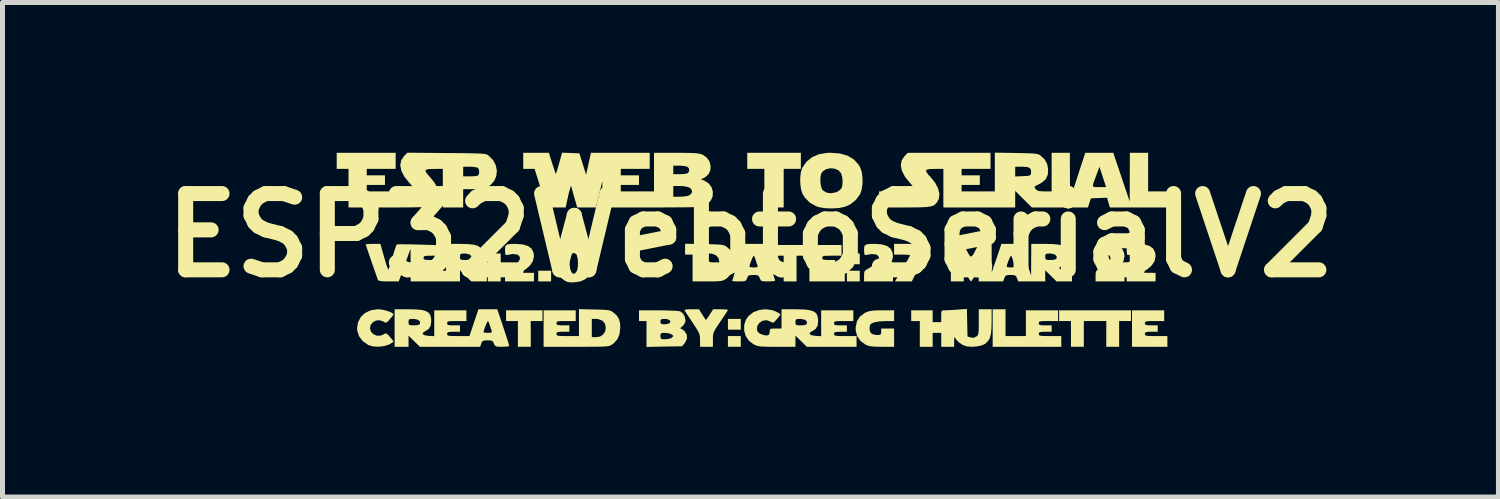
<source format=kicad_pcb>
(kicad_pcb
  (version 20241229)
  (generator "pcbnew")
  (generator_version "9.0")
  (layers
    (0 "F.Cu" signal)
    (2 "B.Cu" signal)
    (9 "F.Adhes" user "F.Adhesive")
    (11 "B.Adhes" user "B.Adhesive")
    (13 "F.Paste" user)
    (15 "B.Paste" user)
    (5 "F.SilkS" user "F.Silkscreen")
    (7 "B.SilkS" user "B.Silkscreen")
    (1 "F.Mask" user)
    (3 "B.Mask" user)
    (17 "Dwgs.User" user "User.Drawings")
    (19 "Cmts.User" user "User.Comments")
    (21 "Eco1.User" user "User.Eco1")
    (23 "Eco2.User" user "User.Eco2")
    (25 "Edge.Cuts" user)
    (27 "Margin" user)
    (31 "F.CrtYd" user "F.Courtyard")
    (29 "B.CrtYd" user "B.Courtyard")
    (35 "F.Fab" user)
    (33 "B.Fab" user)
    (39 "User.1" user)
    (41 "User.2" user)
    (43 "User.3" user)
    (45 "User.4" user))
  (footprint "ESP32WebtoSerialV2"
    (layer "F.Cu")
    (at 11.945 1.652)
    (property "Reference" "ESP32WebtoSerialV2" (at 0 0 0) (layer "F.SilkS") (effects (font (size 1.524 1.524) (thickness 0.3))))
    (attr board_only exclude_from_pos_files exclude_from_bom)
    (fp_poly (pts (xy -4.99 0.578) (xy -5.247 0.578) (xy -5.247 0.364) (xy -4.99 0.364)) (stroke (width 0) (type solid)) (fill yes) (layer "F.SilkS"))
    (fp_poly (pts (xy -4.99 0.921) (xy -5.247 0.921) (xy -5.247 0.707) (xy -4.99 0.707)) (stroke (width 0) (type solid)) (fill yes) (layer "F.SilkS"))
    (fp_poly (pts (xy -3.983 0.921) (xy -4.24 0.921) (xy -4.24 0.707) (xy -3.983 0.707)) (stroke (width 0) (type solid)) (fill yes) (layer "F.SilkS"))
    (fp_poly (pts (xy -0.193 1.885) (xy -0.45 1.885) (xy -0.45 1.67) (xy -0.193 1.67)) (stroke (width 0) (type solid)) (fill yes) (layer "F.SilkS"))
    (fp_poly (pts (xy -0.193 2.227) (xy -0.45 2.227) (xy -0.45 2.013) (xy -0.193 2.013)) (stroke (width 0) (type solid)) (fill yes) (layer "F.SilkS"))
    (fp_poly (pts (xy 2.184 0.578) (xy 1.927 0.578) (xy 1.927 0.364) (xy 2.184 0.364)) (stroke (width 0) (type solid)) (fill yes) (layer "F.SilkS"))
    (fp_poly (pts (xy 2.184 0.921) (xy 1.927 0.921) (xy 1.927 0.707) (xy 2.184 0.707)) (stroke (width 0) (type solid)) (fill yes) (layer "F.SilkS"))
    (fp_poly (pts (xy -4.155 1.713) (xy -4.39 1.713) (xy -4.39 2.227) (xy -4.647 2.227) (xy -4.647 1.713) (xy -4.883 1.713) (xy -4.883 1.499) (xy -4.155 1.499)) (stroke (width 0) (type solid)) (fill yes) (layer "F.SilkS"))
    (fp_poly (pts (xy 1.007 -1.328) (xy 0.664 -1.328) (xy 0.664 -0.557) (xy 0.278 -0.557) (xy 0.278 -1.328) (xy -0.064 -1.328) (xy -0.064 -1.649) (xy 1.007 -1.649)) (stroke (width 0) (type solid)) (fill yes) (layer "F.SilkS"))
    (fp_poly (pts (xy 1.156 0.407) (xy 0.921 0.407) (xy 0.921 0.921) (xy 0.664 0.921) (xy 0.664 0.407) (xy 0.428 0.407) (xy 0.428 0.193) (xy 1.156 0.193)) (stroke (width 0) (type solid)) (fill yes) (layer "F.SilkS"))
    (fp_poly (pts (xy 7.603 1.713) (xy 7.367 1.713) (xy 7.367 2.227) (xy 7.11 2.227) (xy 7.11 1.713) (xy 6.661 1.713) (xy 6.661 2.227) (xy 6.404 2.227) (xy 6.404 1.713) (xy 6.168 1.713) (xy 6.168 1.499) (xy 7.603 1.499)) (stroke (width 0) (type solid)) (fill yes) (layer "F.SilkS"))
    (fp_poly (pts (xy 3.491 0.278) (xy 3.488 0.33) (xy 3.476 0.385) (xy 3.452 0.452) (xy 3.413 0.539) (xy 3.357 0.653) (xy 3.224 0.921) (xy 2.888 0.921) (xy 2.93 0.851) (xy 2.985 0.761) (xy 3.04 0.667) (xy 3.093 0.576) (xy 3.138 0.497) (xy 3.172 0.436) (xy 3.189 0.402) (xy 3.191 0.398) (xy 3.171 0.392) (xy 3.119 0.388) (xy 3.045 0.386) (xy 3.03 0.385) (xy 2.87 0.385) (xy 2.87 0.171) (xy 3.491 0.171)) (stroke (width 0) (type solid)) (fill yes) (layer "F.SilkS"))
    (fp_poly (pts (xy 1.82 0.407) (xy 1.628 0.407) (xy 1.536 0.408) (xy 1.479 0.411) (xy 1.449 0.419) (xy 1.437 0.433) (xy 1.435 0.45) (xy 1.44 0.474) (xy 1.46 0.487) (xy 1.506 0.492) (xy 1.563 0.493) (xy 1.692 0.493) (xy 1.692 0.621) (xy 1.563 0.621) (xy 1.492 0.623) (xy 1.453 0.63) (xy 1.437 0.645) (xy 1.435 0.664) (xy 1.438 0.683) (xy 1.451 0.695) (xy 1.483 0.703) (xy 1.541 0.706) (xy 1.632 0.707) (xy 1.66 0.707) (xy 1.885 0.707) (xy 1.885 0.921) (xy 1.178 0.921) (xy 1.178 0.193) (xy 1.82 0.193)) (stroke (width 0) (type solid)) (fill yes) (layer "F.SilkS"))
    (fp_poly (pts (xy 8.267 1.713) (xy 8.074 1.713) (xy 7.982 1.714) (xy 7.926 1.717) (xy 7.895 1.725) (xy 7.883 1.739) (xy 7.881 1.756) (xy 7.886 1.78) (xy 7.907 1.793) (xy 7.953 1.798) (xy 8.01 1.799) (xy 8.138 1.799) (xy 8.138 1.927) (xy 8.01 1.927) (xy 7.938 1.929) (xy 7.899 1.936) (xy 7.884 1.951) (xy 7.881 1.97) (xy 7.884 1.989) (xy 7.898 2.002) (xy 7.929 2.009) (xy 7.987 2.012) (xy 8.078 2.013) (xy 8.106 2.013) (xy 8.331 2.013) (xy 8.331 2.227) (xy 7.624 2.227) (xy 7.624 1.499) (xy 8.267 1.499)) (stroke (width 0) (type solid)) (fill yes) (layer "F.SilkS"))
    (fp_poly (pts (xy 5.097 2.013) (xy 5.504 2.013) (xy 5.504 1.499) (xy 6.147 1.499) (xy 6.147 1.713) (xy 5.954 1.713) (xy 5.862 1.714) (xy 5.805 1.717) (xy 5.775 1.725) (xy 5.763 1.739) (xy 5.761 1.756) (xy 5.766 1.78) (xy 5.786 1.793) (xy 5.833 1.798) (xy 5.89 1.799) (xy 6.018 1.799) (xy 6.018 1.927) (xy 5.89 1.927) (xy 5.818 1.929) (xy 5.779 1.936) (xy 5.763 1.951) (xy 5.761 1.97) (xy 5.764 1.989) (xy 5.777 2.002) (xy 5.809 2.009) (xy 5.867 2.012) (xy 5.958 2.013) (xy 5.986 2.013) (xy 6.211 2.013) (xy 6.211 2.227) (xy 4.84 2.227) (xy 4.84 1.478) (xy 5.097 1.478)) (stroke (width 0) (type solid)) (fill yes) (layer "F.SilkS"))
    (fp_poly (pts (xy -4.547 0.182) (xy -4.443 0.214) (xy -4.372 0.269) (xy -4.334 0.348) (xy -4.326 0.422) (xy -4.347 0.515) (xy -4.404 0.603) (xy -4.494 0.68) (xy -4.538 0.707) (xy -4.615 0.748) (xy -4.471 0.749) (xy -4.326 0.75) (xy -4.326 0.921) (xy -4.904 0.921) (xy -4.904 0.814) (xy -4.902 0.749) (xy -4.89 0.712) (xy -4.858 0.685) (xy -4.822 0.665) (xy -4.721 0.605) (xy -4.65 0.544) (xy -4.611 0.487) (xy -4.606 0.436) (xy -4.637 0.397) (xy -4.663 0.384) (xy -4.749 0.373) (xy -4.801 0.382) (xy -4.855 0.392) (xy -4.889 0.392) (xy -4.893 0.39) (xy -4.9 0.363) (xy -4.904 0.31) (xy -4.904 0.288) (xy -4.901 0.235) (xy -4.888 0.201) (xy -4.855 0.182) (xy -4.796 0.173) (xy -4.703 0.171) (xy -4.688 0.171)) (stroke (width 0) (type solid)) (fill yes) (layer "F.SilkS"))
    (fp_poly (pts (xy 2.627 0.182) (xy 2.732 0.214) (xy 2.802 0.269) (xy 2.84 0.348) (xy 2.848 0.422) (xy 2.828 0.515) (xy 2.77 0.603) (xy 2.681 0.68) (xy 2.636 0.707) (xy 2.559 0.748) (xy 2.704 0.749) (xy 2.848 0.75) (xy 2.848 0.921) (xy 2.27 0.921) (xy 2.27 0.814) (xy 2.272 0.749) (xy 2.285 0.712) (xy 2.317 0.685) (xy 2.353 0.665) (xy 2.453 0.605) (xy 2.524 0.544) (xy 2.563 0.487) (xy 2.569 0.436) (xy 2.538 0.397) (xy 2.511 0.384) (xy 2.426 0.373) (xy 2.373 0.382) (xy 2.319 0.392) (xy 2.285 0.392) (xy 2.282 0.39) (xy 2.275 0.363) (xy 2.27 0.31) (xy 2.27 0.288) (xy 2.273 0.235) (xy 2.287 0.201) (xy 2.319 0.182) (xy 2.378 0.173) (xy 2.471 0.171) (xy 2.487 0.171)) (stroke (width 0) (type solid)) (fill yes) (layer "F.SilkS"))
    (fp_poly (pts (xy 7.253 0.182) (xy 7.358 0.214) (xy 7.428 0.269) (xy 7.466 0.348) (xy 7.474 0.422) (xy 7.454 0.515) (xy 7.396 0.603) (xy 7.307 0.68) (xy 7.262 0.707) (xy 7.185 0.748) (xy 7.33 0.749) (xy 7.474 0.75) (xy 7.474 0.921) (xy 6.896 0.921) (xy 6.896 0.814) (xy 6.898 0.749) (xy 6.911 0.712) (xy 6.943 0.685) (xy 6.979 0.665) (xy 7.079 0.605) (xy 7.15 0.544) (xy 7.189 0.487) (xy 7.195 0.436) (xy 7.164 0.397) (xy 7.137 0.384) (xy 7.052 0.373) (xy 6.999 0.382) (xy 6.945 0.392) (xy 6.911 0.392) (xy 6.908 0.39) (xy 6.901 0.363) (xy 6.896 0.31) (xy 6.896 0.288) (xy 6.899 0.235) (xy 6.913 0.201) (xy 6.945 0.182) (xy 7.004 0.173) (xy 7.097 0.171) (xy 7.113 0.171)) (stroke (width 0) (type solid)) (fill yes) (layer "F.SilkS"))
    (fp_poly (pts (xy 7.874 0.182) (xy 7.979 0.214) (xy 8.05 0.269) (xy 8.087 0.348) (xy 8.095 0.422) (xy 8.075 0.515) (xy 8.017 0.603) (xy 7.928 0.68) (xy 7.883 0.707) (xy 7.806 0.748) (xy 7.951 0.749) (xy 8.095 0.75) (xy 8.095 0.921) (xy 7.517 0.921) (xy 7.517 0.814) (xy 7.519 0.749) (xy 7.532 0.712) (xy 7.564 0.685) (xy 7.6 0.665) (xy 7.7 0.605) (xy 7.771 0.544) (xy 7.811 0.487) (xy 7.816 0.436) (xy 7.785 0.397) (xy 7.759 0.384) (xy 7.673 0.373) (xy 7.62 0.382) (xy 7.566 0.392) (xy 7.532 0.392) (xy 7.529 0.39) (xy 7.522 0.363) (xy 7.518 0.31) (xy 7.517 0.288) (xy 7.52 0.235) (xy 7.534 0.201) (xy 7.566 0.182) (xy 7.625 0.173) (xy 7.718 0.171) (xy 7.734 0.171)) (stroke (width 0) (type solid)) (fill yes) (layer "F.SilkS"))
    (fp_poly (pts (xy 2.87 1.713) (xy 2.714 1.713) (xy 2.588 1.719) (xy 2.488 1.735) (xy 2.42 1.76) (xy 2.395 1.783) (xy 2.379 1.84) (xy 2.384 1.906) (xy 2.41 1.958) (xy 2.411 1.958) (xy 2.456 1.981) (xy 2.521 1.992) (xy 2.529 1.992) (xy 2.583 1.989) (xy 2.607 1.975) (xy 2.613 1.939) (xy 2.613 1.927) (xy 2.613 1.863) (xy 2.87 1.863) (xy 2.87 2.227) (xy 2.629 2.227) (xy 2.516 2.226) (xy 2.434 2.221) (xy 2.374 2.211) (xy 2.324 2.195) (xy 2.296 2.182) (xy 2.199 2.111) (xy 2.133 2.015) (xy 2.103 1.9) (xy 2.103 1.834) (xy 2.129 1.714) (xy 2.188 1.622) (xy 2.281 1.553) (xy 2.298 1.544) (xy 2.349 1.523) (xy 2.403 1.51) (xy 2.474 1.502) (xy 2.571 1.499) (xy 2.63 1.499) (xy 2.87 1.499)) (stroke (width 0) (type solid)) (fill yes) (layer "F.SilkS"))
    (fp_poly (pts (xy -0.922 0.175) (xy -0.783 0.178) (xy -0.68 0.182) (xy -0.607 0.186) (xy -0.555 0.193) (xy -0.52 0.203) (xy -0.493 0.217) (xy -0.479 0.226) (xy -0.402 0.295) (xy -0.356 0.367) (xy -0.335 0.456) (xy -0.332 0.532) (xy -0.345 0.662) (xy -0.384 0.764) (xy -0.455 0.845) (xy -0.492 0.873) (xy -0.524 0.892) (xy -0.558 0.905) (xy -0.603 0.914) (xy -0.667 0.919) (xy -0.758 0.921) (xy -0.86 0.921) (xy -1.156 0.921) (xy -1.156 0.728) (xy -0.899 0.728) (xy -0.813 0.728) (xy -0.735 0.717) (xy -0.676 0.678) (xy -0.674 0.676) (xy -0.633 0.615) (xy -0.621 0.538) (xy -0.639 0.455) (xy -0.69 0.397) (xy -0.771 0.367) (xy -0.817 0.364) (xy -0.899 0.364) (xy -0.899 0.728) (xy -1.156 0.728) (xy -1.156 0.385) (xy -1.306 0.385) (xy -1.306 0.169)) (stroke (width 0) (type solid)) (fill yes) (layer "F.SilkS"))
    (fp_poly (pts (xy -0.962 1.585) (xy -0.925 1.642) (xy -0.899 1.681) (xy -0.889 1.692) (xy -0.875 1.675) (xy -0.845 1.633) (xy -0.814 1.585) (xy -0.745 1.478) (xy -0.597 1.478) (xy -0.524 1.479) (xy -0.471 1.484) (xy -0.45 1.49) (xy -0.45 1.49) (xy -0.461 1.512) (xy -0.492 1.561) (xy -0.539 1.631) (xy -0.596 1.715) (xy -0.6 1.721) (xy -0.662 1.813) (xy -0.704 1.879) (xy -0.73 1.929) (xy -0.744 1.973) (xy -0.749 2.02) (xy -0.75 2.08) (xy -0.75 2.227) (xy -1.007 2.227) (xy -1.007 2.098) (xy -1.008 2.042) (xy -1.014 1.996) (xy -1.029 1.951) (xy -1.058 1.897) (xy -1.104 1.824) (xy -1.153 1.75) (xy -1.21 1.663) (xy -1.26 1.588) (xy -1.296 1.533) (xy -1.314 1.505) (xy -1.315 1.505) (xy -1.313 1.49) (xy -1.282 1.482) (xy -1.217 1.478) (xy -1.179 1.478) (xy -1.028 1.478)) (stroke (width 0) (type solid)) (fill yes) (layer "F.SilkS"))
    (fp_poly (pts (xy -3.407 0.188) (xy -3.303 0.237) (xy -3.228 0.317) (xy -3.184 0.427) (xy -3.17 0.555) (xy -3.183 0.694) (xy -3.224 0.799) (xy -3.293 0.874) (xy -3.393 0.92) (xy -3.512 0.938) (xy -3.595 0.94) (xy -3.652 0.933) (xy -3.699 0.912) (xy -3.725 0.896) (xy -3.802 0.835) (xy -3.851 0.772) (xy -3.877 0.696) (xy -3.887 0.593) (xy -3.887 0.579) (xy -3.614 0.579) (xy -3.614 0.582) (xy -3.601 0.673) (xy -3.576 0.738) (xy -3.543 0.769) (xy -3.533 0.771) (xy -3.505 0.757) (xy -3.482 0.737) (xy -3.461 0.693) (xy -3.449 0.622) (xy -3.446 0.539) (xy -3.453 0.46) (xy -3.469 0.398) (xy -3.483 0.375) (xy -3.526 0.351) (xy -3.564 0.364) (xy -3.594 0.409) (xy -3.611 0.483) (xy -3.614 0.579) (xy -3.887 0.579) (xy -3.887 0.557) (xy -3.885 0.463) (xy -3.876 0.4) (xy -3.859 0.354) (xy -3.842 0.328) (xy -3.754 0.238) (xy -3.651 0.186) (xy -3.539 0.171)) (stroke (width 0) (type solid)) (fill yes) (layer "F.SilkS"))
    (fp_poly (pts (xy -7.367 1.484) (xy -7.289 1.501) (xy -7.217 1.524) (xy -7.161 1.55) (xy -7.134 1.575) (xy -7.133 1.581) (xy -7.146 1.604) (xy -7.18 1.647) (xy -7.206 1.677) (xy -7.249 1.725) (xy -7.278 1.745) (xy -7.304 1.741) (xy -7.334 1.723) (xy -7.406 1.697) (xy -7.481 1.703) (xy -7.545 1.737) (xy -7.59 1.793) (xy -7.603 1.853) (xy -7.584 1.923) (xy -7.536 1.975) (xy -7.468 2.005) (xy -7.394 2.006) (xy -7.334 1.982) (xy -7.3 1.962) (xy -7.274 1.962) (xy -7.245 1.985) (xy -7.206 2.028) (xy -7.164 2.077) (xy -7.138 2.113) (xy -7.133 2.124) (xy -7.15 2.14) (xy -7.194 2.167) (xy -7.224 2.183) (xy -7.319 2.213) (xy -7.429 2.226) (xy -7.537 2.221) (xy -7.626 2.196) (xy -7.635 2.192) (xy -7.747 2.113) (xy -7.821 2.016) (xy -7.857 1.903) (xy -7.86 1.855) (xy -7.84 1.734) (xy -7.785 1.631) (xy -7.7 1.551) (xy -7.588 1.499) (xy -7.455 1.478) (xy -7.439 1.478)) (stroke (width 0) (type solid)) (fill yes) (layer "F.SilkS"))
    (fp_poly (pts (xy 4.331 1.746) (xy 4.337 2.02) (xy 4.396 2.04) (xy 4.458 2.048) (xy 4.509 2.025) (xy 4.531 2.009) (xy 4.546 1.989) (xy 4.555 1.957) (xy 4.56 1.905) (xy 4.562 1.825) (xy 4.562 1.734) (xy 4.562 1.478) (xy 4.819 1.478) (xy 4.819 1.729) (xy 4.815 1.869) (xy 4.804 1.974) (xy 4.783 2.052) (xy 4.748 2.112) (xy 4.699 2.16) (xy 4.686 2.17) (xy 4.621 2.2) (xy 4.529 2.22) (xy 4.426 2.227) (xy 4.328 2.22) (xy 4.317 2.218) (xy 4.241 2.19) (xy 4.166 2.14) (xy 4.109 2.08) (xy 4.09 2.047) (xy 4.079 2.032) (xy 4.073 2.053) (xy 4.071 2.113) (xy 4.07 2.115) (xy 4.069 2.227) (xy 3.812 2.227) (xy 3.812 1.949) (xy 3.641 1.949) (xy 3.641 2.227) (xy 3.384 2.227) (xy 3.384 1.713) (xy 3.212 1.713) (xy 3.212 1.499) (xy 3.641 1.499) (xy 3.641 1.735) (xy 3.812 1.735) (xy 3.812 1.617) (xy 3.813 1.55) (xy 3.82 1.515) (xy 3.839 1.501) (xy 3.873 1.499) (xy 3.922 1.498) (xy 3.999 1.494) (xy 4.092 1.488) (xy 4.129 1.485) (xy 4.325 1.471)) (stroke (width 0) (type solid)) (fill yes) (layer "F.SilkS"))
    (fp_poly (pts (xy 1.788 -1.635) (xy 1.941 -1.591) (xy 2.065 -1.517) (xy 2.16 -1.413) (xy 2.19 -1.363) (xy 2.223 -1.269) (xy 2.239 -1.152) (xy 2.239 -1.027) (xy 2.222 -0.911) (xy 2.191 -0.823) (xy 2.105 -0.705) (xy 1.991 -0.616) (xy 1.881 -0.568) (xy 1.764 -0.545) (xy 1.63 -0.537) (xy 1.495 -0.542) (xy 1.375 -0.561) (xy 1.319 -0.578) (xy 1.189 -0.65) (xy 1.088 -0.753) (xy 1.042 -0.825) (xy 1.013 -0.908) (xy 0.997 -1.017) (xy 0.995 -1.096) (xy 1.396 -1.096) (xy 1.404 -1.01) (xy 1.423 -0.938) (xy 1.444 -0.901) (xy 1.514 -0.855) (xy 1.603 -0.84) (xy 1.703 -0.858) (xy 1.723 -0.866) (xy 1.778 -0.898) (xy 1.816 -0.935) (xy 1.819 -0.939) (xy 1.837 -1.003) (xy 1.841 -1.088) (xy 1.831 -1.175) (xy 1.81 -1.242) (xy 1.758 -1.3) (xy 1.684 -1.332) (xy 1.6 -1.34) (xy 1.517 -1.323) (xy 1.449 -1.282) (xy 1.418 -1.241) (xy 1.4 -1.179) (xy 1.396 -1.096) (xy 0.995 -1.096) (xy 0.994 -1.134) (xy 1.004 -1.245) (xy 1.029 -1.334) (xy 1.036 -1.349) (xy 1.122 -1.472) (xy 1.232 -1.562) (xy 1.368 -1.62) (xy 1.532 -1.647) (xy 1.603 -1.649)) (stroke (width 0) (type solid)) (fill yes) (layer "F.SilkS"))
    (fp_poly (pts (xy 0.373 0.53) (xy 0.412 0.647) (xy 0.445 0.75) (xy 0.471 0.832) (xy 0.488 0.886) (xy 0.493 0.905) (xy 0.473 0.913) (xy 0.422 0.919) (xy 0.352 0.921) (xy 0.276 0.92) (xy 0.231 0.914) (xy 0.207 0.898) (xy 0.191 0.869) (xy 0.186 0.857) (xy 0.168 0.818) (xy 0.141 0.799) (xy 0.092 0.793) (xy 0.058 0.792) (xy -0.005 0.795) (xy -0.04 0.807) (xy -0.059 0.835) (xy -0.067 0.857) (xy -0.082 0.891) (xy -0.102 0.911) (xy -0.139 0.919) (xy -0.205 0.921) (xy -0.227 0.921) (xy -0.297 0.92) (xy -0.347 0.916) (xy -0.364 0.911) (xy -0.358 0.889) (xy -0.34 0.832) (xy -0.314 0.748) (xy -0.28 0.643) (xy -0.275 0.626) (xy -0.022 0.626) (xy -0.002 0.636) (xy 0.045 0.642) (xy 0.067 0.642) (xy 0.123 0.639) (xy 0.144 0.626) (xy 0.143 0.613) (xy 0.13 0.574) (xy 0.111 0.514) (xy 0.105 0.495) (xy 0.086 0.441) (xy 0.07 0.41) (xy 0.065 0.407) (xy 0.052 0.425) (xy 0.031 0.47) (xy 0.008 0.527) (xy -0.011 0.582) (xy -0.021 0.621) (xy -0.022 0.626) (xy -0.275 0.626) (xy -0.245 0.536) (xy -0.127 0.171) (xy 0.253 0.171)) (stroke (width 0) (type solid)) (fill yes) (layer "F.SilkS"))
    (fp_poly (pts (xy -1.715 1.5) (xy -1.599 1.504) (xy -1.502 1.508) (xy -1.433 1.515) (xy -1.403 1.52) (xy -1.349 1.561) (xy -1.312 1.626) (xy -1.298 1.699) (xy -1.305 1.742) (xy -1.338 1.795) (xy -1.374 1.829) (xy -1.401 1.853) (xy -1.396 1.863) (xy -1.396 1.863) (xy -1.363 1.877) (xy -1.32 1.912) (xy -1.316 1.916) (xy -1.272 1.986) (xy -1.268 2.064) (xy -1.304 2.142) (xy -1.315 2.157) (xy -1.367 2.217) (xy -1.722 2.223) (xy -2.077 2.23) (xy -2.077 2.013) (xy -1.799 2.013) (xy -1.796 2.053) (xy -1.779 2.072) (xy -1.736 2.077) (xy -1.707 2.077) (xy -1.639 2.07) (xy -1.583 2.052) (xy -1.573 2.045) (xy -1.544 2.02) (xy -1.549 2) (xy -1.573 1.981) (xy -1.62 1.961) (xy -1.687 1.95) (xy -1.707 1.949) (xy -1.764 1.951) (xy -1.791 1.963) (xy -1.799 1.992) (xy -1.799 2.013) (xy -2.077 2.013) (xy -2.077 1.724) (xy -1.799 1.724) (xy -1.794 1.759) (xy -1.771 1.774) (xy -1.719 1.778) (xy -1.716 1.778) (xy -1.656 1.771) (xy -1.614 1.754) (xy -1.609 1.749) (xy -1.599 1.714) (xy -1.625 1.687) (xy -1.683 1.672) (xy -1.718 1.67) (xy -1.771 1.674) (xy -1.794 1.689) (xy -1.799 1.724) (xy -2.077 1.724) (xy -2.077 1.713) (xy -2.227 1.713) (xy -2.227 1.499) (xy -1.843 1.499)) (stroke (width 0) (type solid)) (fill yes) (layer "F.SilkS"))
    (fp_poly (pts (xy -3.118 1.482) (xy -2.993 1.485) (xy -2.904 1.489) (xy -2.842 1.496) (xy -2.799 1.506) (xy -2.768 1.52) (xy -2.749 1.533) (xy -2.672 1.601) (xy -2.626 1.673) (xy -2.605 1.762) (xy -2.602 1.838) (xy -2.615 1.969) (xy -2.655 2.071) (xy -2.725 2.152) (xy -2.762 2.179) (xy -2.783 2.193) (xy -2.806 2.204) (xy -2.834 2.212) (xy -2.873 2.218) (xy -2.929 2.222) (xy -3.005 2.225) (xy -3.108 2.226) (xy -3.241 2.227) (xy -3.411 2.227) (xy -3.483 2.227) (xy -4.133 2.227) (xy -4.133 2.035) (xy -3.17 2.035) (xy -3.083 2.035) (xy -3.005 2.023) (xy -2.946 1.984) (xy -2.944 1.982) (xy -2.903 1.921) (xy -2.891 1.844) (xy -2.909 1.762) (xy -2.96 1.704) (xy -3.041 1.674) (xy -3.087 1.67) (xy -3.17 1.67) (xy -3.17 2.035) (xy -4.133 2.035) (xy -4.133 1.499) (xy -3.491 1.499) (xy -3.491 1.713) (xy -3.684 1.713) (xy -3.775 1.714) (xy -3.832 1.717) (xy -3.863 1.725) (xy -3.875 1.739) (xy -3.876 1.756) (xy -3.872 1.78) (xy -3.851 1.793) (xy -3.805 1.798) (xy -3.748 1.799) (xy -3.619 1.799) (xy -3.619 1.927) (xy -3.748 1.927) (xy -3.82 1.929) (xy -3.858 1.936) (xy -3.874 1.951) (xy -3.876 1.97) (xy -3.874 1.989) (xy -3.86 2.002) (xy -3.828 2.009) (xy -3.771 2.012) (xy -3.68 2.013) (xy -3.652 2.013) (xy -3.427 2.013) (xy -3.427 1.475)) (stroke (width 0) (type solid)) (fill yes) (layer "F.SilkS"))
    (fp_poly (pts (xy -6.074 -1.644) (xy -5.87 -1.643) (xy -5.705 -1.641) (xy -5.573 -1.639) (xy -5.471 -1.636) (xy -5.395 -1.633) (xy -5.339 -1.629) (xy -5.299 -1.623) (xy -5.271 -1.615) (xy -5.251 -1.606) (xy -5.234 -1.595) (xy -5.234 -1.594) (xy -5.145 -1.505) (xy -5.089 -1.402) (xy -5.067 -1.293) (xy -5.078 -1.185) (xy -5.121 -1.086) (xy -5.196 -1.003) (xy -5.284 -0.95) (xy -5.345 -0.935) (xy -5.438 -0.924) (xy -5.546 -0.921) (xy -5.74 -0.921) (xy -5.74 -0.557) (xy -6.147 -0.557) (xy -6.147 -1.178) (xy -5.74 -1.178) (xy -5.613 -1.178) (xy -5.538 -1.18) (xy -5.478 -1.185) (xy -5.452 -1.191) (xy -5.427 -1.22) (xy -5.419 -1.27) (xy -5.429 -1.321) (xy -5.444 -1.345) (xy -5.479 -1.359) (xy -5.543 -1.368) (xy -5.605 -1.371) (xy -5.74 -1.371) (xy -5.74 -1.178) (xy -6.147 -1.178) (xy -6.147 -1.328) (xy -6.302 -1.327) (xy -6.405 -1.325) (xy -6.468 -1.316) (xy -6.493 -1.296) (xy -6.484 -1.261) (xy -6.442 -1.207) (xy -6.407 -1.169) (xy -6.312 -1.051) (xy -6.251 -0.935) (xy -6.226 -0.826) (xy -6.237 -0.729) (xy -6.269 -0.667) (xy -6.29 -0.64) (xy -6.312 -0.618) (xy -6.338 -0.6) (xy -6.374 -0.586) (xy -6.423 -0.575) (xy -6.489 -0.568) (xy -6.577 -0.563) (xy -6.691 -0.56) (xy -6.836 -0.558) (xy -7.015 -0.557) (xy -7.223 -0.557) (xy -8.031 -0.557) (xy -8.031 -1.328) (xy -8.267 -1.328) (xy -8.267 -1.649) (xy -7.089 -1.649) (xy -7.089 -1.328) (xy -7.667 -1.328) (xy -7.667 -1.199) (xy -7.303 -1.199) (xy -7.303 -1.007) (xy -7.667 -1.007) (xy -7.667 -0.878) (xy -7.212 -0.878) (xy -7.075 -0.879) (xy -6.952 -0.882) (xy -6.849 -0.886) (xy -6.773 -0.891) (xy -6.731 -0.896) (xy -6.726 -0.898) (xy -6.717 -0.914) (xy -6.728 -0.943) (xy -6.764 -0.99) (xy -6.815 -1.047) (xy -6.916 -1.173) (xy -6.977 -1.292) (xy -6.997 -1.402) (xy -6.978 -1.501) (xy -6.918 -1.588) (xy -6.917 -1.589) (xy -6.855 -1.651)) (stroke (width 0) (type solid)) (fill yes) (layer "F.SilkS"))
    (fp_poly (pts (xy 4.82 0.455) (xy 4.822 0.739) (xy 4.86 0.626) (xy 5.118 0.626) (xy 5.138 0.636) (xy 5.185 0.642) (xy 5.207 0.642) (xy 5.263 0.639) (xy 5.284 0.626) (xy 5.283 0.613) (xy 5.27 0.574) (xy 5.251 0.514) (xy 5.245 0.495) (xy 5.226 0.441) (xy 5.21 0.41) (xy 5.205 0.407) (xy 5.192 0.425) (xy 5.171 0.47) (xy 5.148 0.527) (xy 5.129 0.582) (xy 5.119 0.621) (xy 5.118 0.626) (xy 4.86 0.626) (xy 4.919 0.455) (xy 5.015 0.171) (xy 5.393 0.171) (xy 5.501 0.487) (xy 5.608 0.803) (xy 5.609 0.487) (xy 5.61 0.428) (xy 5.89 0.428) (xy 5.892 0.466) (xy 5.906 0.485) (xy 5.943 0.492) (xy 5.997 0.493) (xy 6.071 0.488) (xy 6.11 0.471) (xy 6.117 0.46) (xy 6.117 0.415) (xy 6.08 0.382) (xy 6.011 0.365) (xy 5.983 0.364) (xy 5.925 0.366) (xy 5.898 0.377) (xy 5.89 0.406) (xy 5.89 0.428) (xy 5.61 0.428) (xy 5.611 0.171) (xy 5.891 0.171) (xy 6.043 0.175) (xy 6.158 0.186) (xy 6.241 0.208) (xy 6.295 0.244) (xy 6.327 0.295) (xy 6.341 0.365) (xy 6.343 0.405) (xy 6.332 0.499) (xy 6.292 0.564) (xy 6.232 0.603) (xy 6.181 0.634) (xy 6.171 0.663) (xy 6.2 0.685) (xy 6.267 0.7) (xy 6.302 0.702) (xy 6.425 0.709) (xy 6.425 0.921) (xy 6.116 0.921) (xy 5.89 0.698) (xy 5.89 0.921) (xy 5.35 0.921) (xy 5.326 0.857) (xy 5.308 0.818) (xy 5.281 0.799) (xy 5.232 0.793) (xy 5.198 0.792) (xy 5.135 0.795) (xy 5.1 0.807) (xy 5.081 0.835) (xy 5.073 0.857) (xy 5.05 0.921) (xy 4.562 0.921) (xy 4.56 0.787) (xy 4.559 0.653) (xy 4.492 0.787) (xy 4.456 0.853) (xy 4.426 0.901) (xy 4.408 0.921) (xy 4.408 0.921) (xy 4.39 0.903) (xy 4.36 0.857) (xy 4.328 0.798) (xy 4.264 0.675) (xy 4.262 0.921) (xy 4.005 0.921) (xy 4.005 0.171) (xy 4.128 0.172) (xy 4.251 0.172) (xy 4.326 0.312) (xy 4.364 0.381) (xy 4.392 0.419) (xy 4.417 0.423) (xy 4.445 0.393) (xy 4.482 0.327) (xy 4.51 0.273) (xy 4.562 0.171) (xy 4.819 0.171)) (stroke (width 0) (type solid)) (fill yes) (layer "F.SilkS"))
    (fp_poly (pts (xy -3.591 -1.645) (xy -3.418 -1.638) (xy -3.351 -1.424) (xy -3.284 -1.21) (xy -3.259 -1.322) (xy -3.239 -1.414) (xy -3.218 -1.51) (xy -3.211 -1.542) (xy -3.188 -1.649) (xy -2.013 -1.649) (xy -2.013 -1.328) (xy -2.591 -1.328) (xy -2.591 -1.199) (xy -2.227 -1.199) (xy -2.227 -1.007) (xy -2.591 -1.007) (xy -2.591 -0.878) (xy -1.927 -0.878) (xy -1.927 -0.985) (xy -1.542 -0.985) (xy -1.542 -0.771) (xy -1.408 -0.771) (xy -1.327 -0.776) (xy -1.257 -0.787) (xy -1.221 -0.799) (xy -1.176 -0.841) (xy -1.167 -0.878) (xy -1.185 -0.929) (xy -1.24 -0.964) (xy -1.334 -0.982) (xy -1.408 -0.985) (xy -1.542 -0.985) (xy -1.927 -0.985) (xy -1.927 -1.221) (xy -1.542 -1.221) (xy -1.407 -1.221) (xy -1.33 -1.225) (xy -1.271 -1.235) (xy -1.246 -1.246) (xy -1.222 -1.295) (xy -1.234 -1.344) (xy -1.262 -1.37) (xy -1.306 -1.382) (xy -1.375 -1.39) (xy -1.423 -1.392) (xy -1.542 -1.392) (xy -1.542 -1.221) (xy -1.927 -1.221) (xy -1.927 -1.649) (xy -1.483 -1.649) (xy -1.329 -1.648) (xy -1.212 -1.646) (xy -1.124 -1.643) (xy -1.06 -1.637) (xy -1.012 -1.629) (xy -0.974 -1.618) (xy -0.951 -1.608) (xy -0.872 -1.553) (xy -0.82 -1.477) (xy -0.796 -1.391) (xy -0.801 -1.303) (xy -0.836 -1.224) (xy -0.901 -1.163) (xy -0.921 -1.152) (xy -0.988 -1.12) (xy -0.922 -1.093) (xy -0.834 -1.037) (xy -0.777 -0.96) (xy -0.751 -0.872) (xy -0.755 -0.781) (xy -0.79 -0.697) (xy -0.857 -0.627) (xy -0.906 -0.598) (xy -0.93 -0.589) (xy -0.956 -0.581) (xy -0.99 -0.574) (xy -1.035 -0.569) (xy -1.096 -0.565) (xy -1.176 -0.562) (xy -1.279 -0.56) (xy -1.409 -0.559) (xy -1.57 -0.558) (xy -1.767 -0.557) (xy -1.976 -0.557) (xy -2.955 -0.557) (xy -2.958 -0.819) (xy -2.96 -1.082) (xy -3.024 -0.819) (xy -3.087 -0.557) (xy -3.462 -0.557) (xy -3.524 -0.775) (xy -3.586 -0.994) (xy -3.611 -0.909) (xy -3.63 -0.841) (xy -3.65 -0.753) (xy -3.664 -0.691) (xy -3.692 -0.557) (xy -4.068 -0.557) (xy -4.191 -0.942) (xy -4.314 -1.328) (xy -4.54 -1.328) (xy -4.54 -1.649) (xy -4.028 -1.649) (xy -3.962 -1.44) (xy -3.933 -1.353) (xy -3.91 -1.282) (xy -3.894 -1.238) (xy -3.889 -1.226) (xy -3.882 -1.243) (xy -3.865 -1.293) (xy -3.843 -1.368) (xy -3.824 -1.436) (xy -3.764 -1.651)) (stroke (width 0) (type solid)) (fill yes) (layer "F.SilkS"))
    (fp_poly (pts (xy 0.437 1.496) (xy 0.507 1.522) (xy 0.561 1.551) (xy 0.594 1.574) (xy 0.599 1.581) (xy 0.585 1.604) (xy 0.552 1.647) (xy 0.526 1.677) (xy 0.482 1.725) (xy 0.454 1.745) (xy 0.428 1.741) (xy 0.398 1.723) (xy 0.324 1.696) (xy 0.249 1.705) (xy 0.184 1.742) (xy 0.141 1.803) (xy 0.128 1.865) (xy 0.141 1.923) (xy 0.184 1.963) (xy 0.256 1.991) (xy 0.328 2.003) (xy 0.37 1.985) (xy 0.385 1.936) (xy 0.385 1.925) (xy 0.388 1.89) (xy 0.401 1.871) (xy 0.437 1.864) (xy 0.503 1.863) (xy 0.621 1.863) (xy 0.621 1.735) (xy 0.899 1.735) (xy 0.902 1.773) (xy 0.916 1.792) (xy 0.953 1.798) (xy 1.007 1.799) (xy 1.081 1.794) (xy 1.12 1.778) (xy 1.127 1.767) (xy 1.127 1.721) (xy 1.09 1.688) (xy 1.021 1.672) (xy 0.993 1.67) (xy 0.935 1.672) (xy 0.908 1.684) (xy 0.9 1.713) (xy 0.899 1.735) (xy 0.621 1.735) (xy 0.621 1.478) (xy 0.901 1.478) (xy 1.053 1.481) (xy 1.168 1.492) (xy 1.251 1.515) (xy 1.305 1.55) (xy 1.337 1.601) (xy 1.351 1.671) (xy 1.353 1.711) (xy 1.342 1.805) (xy 1.302 1.871) (xy 1.242 1.91) (xy 1.191 1.941) (xy 1.182 1.97) (xy 1.211 1.993) (xy 1.278 2.007) (xy 1.301 2.009) (xy 1.413 2.015) (xy 1.413 1.499) (xy 2.056 1.499) (xy 2.056 1.713) (xy 1.863 1.713) (xy 1.772 1.714) (xy 1.715 1.717) (xy 1.684 1.725) (xy 1.672 1.739) (xy 1.67 1.756) (xy 1.675 1.78) (xy 1.696 1.793) (xy 1.742 1.798) (xy 1.799 1.799) (xy 1.927 1.799) (xy 1.927 1.927) (xy 1.799 1.927) (xy 1.727 1.929) (xy 1.688 1.936) (xy 1.673 1.951) (xy 1.67 1.97) (xy 1.673 1.989) (xy 1.687 2.002) (xy 1.719 2.009) (xy 1.776 2.012) (xy 1.867 2.013) (xy 1.895 2.013) (xy 2.12 2.013) (xy 2.12 2.227) (xy 1.126 2.227) (xy 1.013 2.116) (xy 0.899 2.004) (xy 0.899 2.227) (xy 0.528 2.227) (xy 0.392 2.227) (xy 0.291 2.225) (xy 0.218 2.222) (xy 0.164 2.215) (xy 0.123 2.205) (xy 0.087 2.19) (xy 0.062 2.178) (xy -0.031 2.107) (xy -0.094 2.013) (xy -0.126 1.905) (xy -0.125 1.793) (xy -0.09 1.685) (xy -0.036 1.61) (xy 0.061 1.535) (xy 0.179 1.491) (xy 0.308 1.477)) (stroke (width 0) (type solid)) (fill yes) (layer "F.SilkS"))
    (fp_poly (pts (xy -6.678 1.481) (xy -6.563 1.492) (xy -6.481 1.515) (xy -6.426 1.55) (xy -6.394 1.601) (xy -6.38 1.671) (xy -6.378 1.711) (xy -6.39 1.805) (xy -6.429 1.871) (xy -6.489 1.91) (xy -6.54 1.941) (xy -6.549 1.97) (xy -6.52 1.993) (xy -6.453 2.007) (xy -6.43 2.009) (xy -6.318 2.015) (xy -6.318 1.499) (xy -5.675 1.499) (xy -5.675 1.713) (xy -5.868 1.713) (xy -5.96 1.714) (xy -6.017 1.717) (xy -6.047 1.725) (xy -6.059 1.739) (xy -6.061 1.756) (xy -6.056 1.78) (xy -6.036 1.793) (xy -5.989 1.798) (xy -5.932 1.799) (xy -5.804 1.799) (xy -5.804 1.927) (xy -5.932 1.927) (xy -6.004 1.929) (xy -6.043 1.936) (xy -6.059 1.951) (xy -6.061 1.97) (xy -6.058 1.989) (xy -6.044 2.002) (xy -6.013 2.009) (xy -5.955 2.012) (xy -5.863 2.013) (xy -5.838 2.013) (xy -5.615 2.013) (xy -5.588 1.933) (xy -5.333 1.933) (xy -5.314 1.943) (xy -5.266 1.948) (xy -5.245 1.949) (xy -5.188 1.945) (xy -5.167 1.932) (xy -5.168 1.919) (xy -5.181 1.88) (xy -5.2 1.821) (xy -5.206 1.801) (xy -5.225 1.747) (xy -5.242 1.716) (xy -5.246 1.713) (xy -5.259 1.731) (xy -5.28 1.776) (xy -5.303 1.833) (xy -5.322 1.888) (xy -5.332 1.927) (xy -5.333 1.933) (xy -5.588 1.933) (xy -5.525 1.745) (xy -5.436 1.478) (xy -5.058 1.478) (xy -4.938 1.836) (xy -4.9 1.953) (xy -4.866 2.056) (xy -4.84 2.138) (xy -4.824 2.192) (xy -4.819 2.211) (xy -4.838 2.219) (xy -4.889 2.225) (xy -4.96 2.227) (xy -5.036 2.226) (xy -5.08 2.22) (xy -5.105 2.205) (xy -5.12 2.176) (xy -5.125 2.163) (xy -5.144 2.124) (xy -5.17 2.105) (xy -5.219 2.099) (xy -5.253 2.099) (xy -5.316 2.101) (xy -5.351 2.113) (xy -5.371 2.141) (xy -5.379 2.163) (xy -5.401 2.227) (xy -6.606 2.227) (xy -6.719 2.116) (xy -6.832 2.004) (xy -6.832 2.227) (xy -7.11 2.227) (xy -7.11 1.735) (xy -6.832 1.735) (xy -6.83 1.773) (xy -6.815 1.792) (xy -6.778 1.798) (xy -6.724 1.799) (xy -6.65 1.794) (xy -6.611 1.778) (xy -6.604 1.767) (xy -6.605 1.721) (xy -6.642 1.688) (xy -6.71 1.672) (xy -6.738 1.67) (xy -6.796 1.672) (xy -6.824 1.684) (xy -6.831 1.713) (xy -6.832 1.735) (xy -7.11 1.735) (xy -7.11 1.478) (xy -6.831 1.478)) (stroke (width 0) (type solid)) (fill yes) (layer "F.SilkS"))
    (fp_poly (pts (xy -7.322 0.428) (xy -7.293 0.526) (xy -7.268 0.607) (xy -7.248 0.662) (xy -7.237 0.685) (xy -7.237 0.685) (xy -7.226 0.666) (xy -7.207 0.613) (xy -7.182 0.535) (xy -7.153 0.44) (xy -7.153 0.438) (xy -7.124 0.342) (xy -7.099 0.261) (xy -7.079 0.205) (xy -7.067 0.182) (xy -7.067 0.182) (xy -7.042 0.18) (xy -6.981 0.179) (xy -6.89 0.18) (xy -6.775 0.181) (xy -6.644 0.185) (xy -6.599 0.186) (xy -6.147 0.2) (xy -6.147 0.407) (xy -6.339 0.407) (xy -6.431 0.408) (xy -6.488 0.411) (xy -6.518 0.419) (xy -6.53 0.433) (xy -6.532 0.45) (xy -6.527 0.474) (xy -6.507 0.487) (xy -6.46 0.492) (xy -6.404 0.493) (xy -6.275 0.493) (xy -6.275 0.621) (xy -6.404 0.621) (xy -6.475 0.623) (xy -6.514 0.63) (xy -6.53 0.645) (xy -6.532 0.664) (xy -6.529 0.683) (xy -6.516 0.695) (xy -6.484 0.703) (xy -6.426 0.706) (xy -6.335 0.707) (xy -6.307 0.707) (xy -6.082 0.707) (xy -6.082 0.428) (xy -5.804 0.428) (xy -5.802 0.466) (xy -5.787 0.485) (xy -5.75 0.492) (xy -5.696 0.493) (xy -5.622 0.488) (xy -5.583 0.471) (xy -5.576 0.46) (xy -5.577 0.415) (xy -5.614 0.382) (xy -5.682 0.365) (xy -5.71 0.364) (xy -5.768 0.366) (xy -5.796 0.377) (xy -5.803 0.406) (xy -5.804 0.428) (xy -6.082 0.428) (xy -6.082 0.171) (xy -5.803 0.171) (xy -5.65 0.175) (xy -5.535 0.186) (xy -5.453 0.208) (xy -5.398 0.244) (xy -5.366 0.295) (xy -5.352 0.365) (xy -5.35 0.405) (xy -5.362 0.499) (xy -5.401 0.564) (xy -5.461 0.603) (xy -5.512 0.634) (xy -5.522 0.663) (xy -5.493 0.685) (xy -5.427 0.7) (xy -5.391 0.702) (xy -5.268 0.709) (xy -5.268 0.921) (xy -5.578 0.921) (xy -5.804 0.698) (xy -5.804 0.921) (xy -6.789 0.921) (xy -6.79 0.594) (xy -6.792 0.268) (xy -6.876 0.503) (xy -6.914 0.607) (xy -6.949 0.706) (xy -6.979 0.787) (xy -6.994 0.83) (xy -7.028 0.921) (xy -7.231 0.921) (xy -7.338 0.919) (xy -7.406 0.912) (xy -7.439 0.9) (xy -7.443 0.894) (xy -7.46 0.846) (xy -7.486 0.772) (xy -7.518 0.68) (xy -7.554 0.577) (xy -7.59 0.472) (xy -7.624 0.373) (xy -7.654 0.286) (xy -7.676 0.221) (xy -7.687 0.185) (xy -7.689 0.181) (xy -7.669 0.176) (xy -7.617 0.173) (xy -7.545 0.171) (xy -7.541 0.171) (xy -7.394 0.171)) (stroke (width 0) (type solid)) (fill yes) (layer "F.SilkS"))
    (fp_poly (pts (xy 5.31 -1.645) (xy 5.457 -1.642) (xy 5.567 -1.639) (xy 5.648 -1.635) (xy 5.704 -1.629) (xy 5.744 -1.621) (xy 5.772 -1.61) (xy 5.795 -1.595) (xy 5.796 -1.594) (xy 5.881 -1.514) (xy 5.93 -1.422) (xy 5.948 -1.323) (xy 5.941 -1.211) (xy 5.901 -1.123) (xy 5.824 -1.054) (xy 5.763 -1.02) (xy 5.704 -0.992) (xy 5.678 -0.972) (xy 5.678 -0.953) (xy 5.698 -0.925) (xy 5.726 -0.899) (xy 5.764 -0.885) (xy 5.825 -0.879) (xy 5.877 -0.878) (xy 6.018 -0.878) (xy 6.018 -1.649) (xy 6.382 -1.649) (xy 6.384 -1.183) (xy 6.386 -0.717) (xy 6.477 -0.995) (xy 6.843 -0.995) (xy 6.851 -0.972) (xy 6.878 -0.964) (xy 6.924 -0.963) (xy 6.968 -0.964) (xy 7.106 -0.964) (xy 7.04 -1.167) (xy 6.973 -1.37) (xy 6.916 -1.215) (xy 6.877 -1.11) (xy 6.852 -1.039) (xy 6.843 -0.995) (xy 6.477 -0.995) (xy 6.538 -1.183) (xy 6.69 -1.649) (xy 7.25 -1.649) (xy 7.414 -1.162) (xy 7.578 -0.675) (xy 7.581 -1.649) (xy 7.946 -1.649) (xy 7.946 -0.878) (xy 8.524 -0.878) (xy 8.524 -0.557) (xy 7.18 -0.557) (xy 7.126 -0.751) (xy 6.964 -0.745) (xy 6.803 -0.739) (xy 6.773 -0.648) (xy 6.743 -0.557) (xy 5.623 -0.557) (xy 5.456 -0.722) (xy 5.29 -0.888) (xy 5.29 -0.557) (xy 3.855 -0.557) (xy 3.855 -1.328) (xy 3.7 -1.327) (xy 3.597 -1.325) (xy 3.534 -1.316) (xy 3.508 -1.296) (xy 3.518 -1.261) (xy 3.559 -1.207) (xy 3.595 -1.169) (xy 3.69 -1.051) (xy 3.75 -0.935) (xy 3.776 -0.826) (xy 3.764 -0.729) (xy 3.732 -0.667) (xy 3.706 -0.634) (xy 3.678 -0.609) (xy 3.642 -0.589) (xy 3.594 -0.576) (xy 3.528 -0.567) (xy 3.438 -0.561) (xy 3.318 -0.558) (xy 3.164 -0.557) (xy 3.079 -0.557) (xy 2.57 -0.557) (xy 2.57 -0.878) (xy 2.907 -0.878) (xy 3.025 -0.88) (xy 3.129 -0.883) (xy 3.211 -0.888) (xy 3.262 -0.894) (xy 3.275 -0.898) (xy 3.285 -0.914) (xy 3.274 -0.943) (xy 3.238 -0.99) (xy 3.186 -1.047) (xy 3.086 -1.173) (xy 3.025 -1.292) (xy 3.004 -1.401) (xy 3.023 -1.5) (xy 3.083 -1.587) (xy 3.084 -1.588) (xy 3.145 -1.649) (xy 4.797 -1.649) (xy 4.797 -1.328) (xy 4.219 -1.328) (xy 4.219 -1.199) (xy 4.583 -1.199) (xy 4.583 -1.007) (xy 4.219 -1.007) (xy 4.219 -0.878) (xy 4.883 -0.878) (xy 4.883 -1.176) (xy 5.29 -1.176) (xy 5.445 -1.182) (xy 5.525 -1.186) (xy 5.572 -1.193) (xy 5.595 -1.206) (xy 5.605 -1.229) (xy 5.607 -1.249) (xy 5.606 -1.308) (xy 5.58 -1.345) (xy 5.525 -1.365) (xy 5.434 -1.371) (xy 5.426 -1.371) (xy 5.29 -1.371) (xy 5.29 -1.176) (xy 4.883 -1.176) (xy 4.883 -1.652)) (stroke (width 0) (type solid)) (fill yes) (layer "F.SilkS")))
  (gr_rect
    (start -3 -3)
    (end 26.891 6.882)
    (stroke (width 0.1) (type default))
    (fill no)
    (layer "Edge.Cuts")))
</source>
